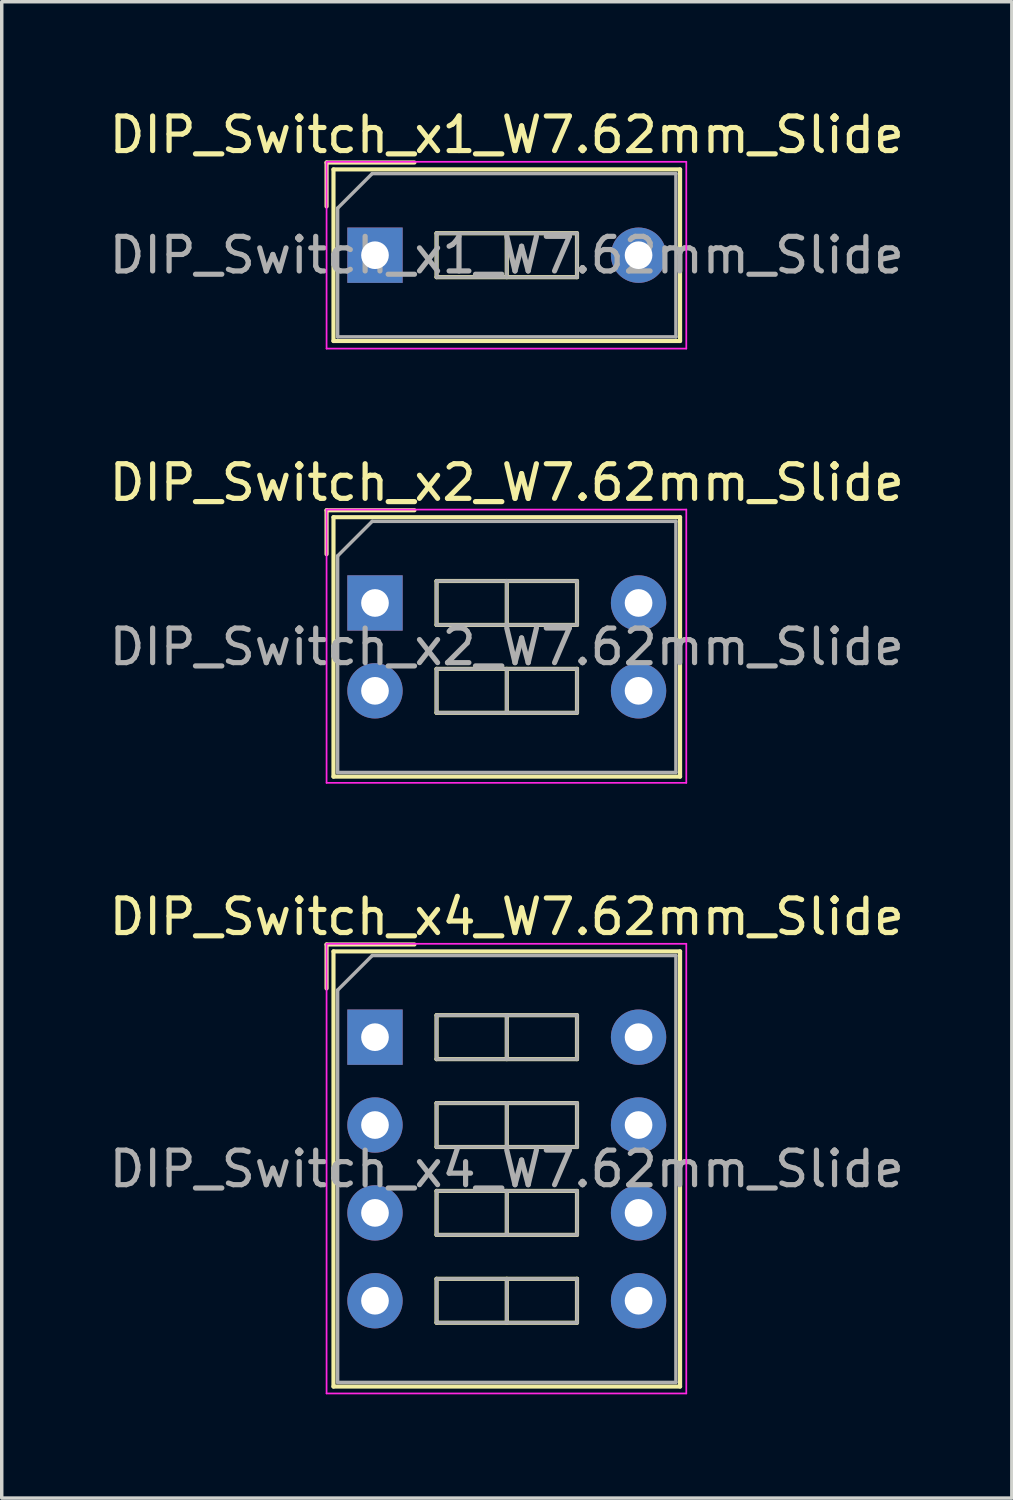
<source format=kicad_pcb>
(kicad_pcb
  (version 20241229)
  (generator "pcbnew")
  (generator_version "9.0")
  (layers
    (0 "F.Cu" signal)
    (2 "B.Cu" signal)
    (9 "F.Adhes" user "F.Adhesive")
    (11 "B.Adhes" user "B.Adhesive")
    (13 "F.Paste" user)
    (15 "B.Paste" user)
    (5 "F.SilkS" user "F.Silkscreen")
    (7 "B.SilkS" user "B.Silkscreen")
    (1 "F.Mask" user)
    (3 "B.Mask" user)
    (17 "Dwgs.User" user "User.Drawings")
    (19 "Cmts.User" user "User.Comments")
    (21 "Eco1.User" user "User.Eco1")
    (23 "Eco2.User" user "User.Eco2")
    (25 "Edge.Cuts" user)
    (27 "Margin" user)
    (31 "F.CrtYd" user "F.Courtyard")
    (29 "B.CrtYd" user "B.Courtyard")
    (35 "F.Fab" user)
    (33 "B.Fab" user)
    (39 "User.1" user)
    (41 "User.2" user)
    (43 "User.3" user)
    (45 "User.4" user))
  (footprint "DIP_Switch_x1_W7.62mm_Slide"
    (layer "F.Cu")
    (at 7.791 4.328)
    (property "Reference" "DIP_Switch_x1_W7.62mm_Slide" (at 3.81 -3.48 0) (layer "F.SilkS") (effects (font (size 1 1) (thickness 0.15))))
    (attr through_hole)
    (fp_line (start -1.4 -2.68) (end -1.4 -1.41) (stroke (width 0.12) (type solid)) (layer "F.SilkS"))
    (fp_line (start -1.4 -2.68) (end 1.14 -2.68) (stroke (width 0.12) (type solid)) (layer "F.SilkS"))
    (fp_line (start -1.2 -2.48) (end 8.82 -2.48) (stroke (width 0.12) (type solid)) (layer "F.SilkS"))
    (fp_line (start -1.2 2.48) (end -1.2 -2.48) (stroke (width 0.12) (type solid)) (layer "F.SilkS"))
    (fp_line (start 1.78 -0.635) (end 1.78 0.635) (stroke (width 0.12) (type solid)) (layer "F.SilkS"))
    (fp_line (start 1.78 0.635) (end 5.84 0.635) (stroke (width 0.12) (type solid)) (layer "F.SilkS"))
    (fp_line (start 3.81 -0.635) (end 3.81 0.635) (stroke (width 0.12) (type solid)) (layer "F.SilkS"))
    (fp_line (start 5.84 -0.635) (end 1.78 -0.635) (stroke (width 0.12) (type solid)) (layer "F.SilkS"))
    (fp_line (start 5.84 0.635) (end 5.84 -0.635) (stroke (width 0.12) (type solid)) (layer "F.SilkS"))
    (fp_line (start 8.82 -2.48) (end 8.82 2.48) (stroke (width 0.12) (type solid)) (layer "F.SilkS"))
    (fp_line (start 8.82 2.48) (end -1.2 2.48) (stroke (width 0.12) (type solid)) (layer "F.SilkS"))
    (fp_line (start -1.4 -2.7) (end -1.4 2.7) (stroke (width 0.05) (type solid)) (layer "F.CrtYd"))
    (fp_line (start -1.4 2.7) (end 9 2.7) (stroke (width 0.05) (type solid)) (layer "F.CrtYd"))
    (fp_line (start 9 -2.7) (end -1.4 -2.7) (stroke (width 0.05) (type solid)) (layer "F.CrtYd"))
    (fp_line (start 9 2.7) (end 9 -2.7) (stroke (width 0.05) (type solid)) (layer "F.CrtYd"))
    (fp_line (start -1.08 -1.36) (end -0.08 -2.36) (stroke (width 0.1) (type solid)) (layer "F.Fab"))
    (fp_line (start -1.08 2.36) (end -1.08 -1.36) (stroke (width 0.1) (type solid)) (layer "F.Fab"))
    (fp_line (start -0.08 -2.36) (end 8.7 -2.36) (stroke (width 0.1) (type solid)) (layer "F.Fab"))
    (fp_line (start 1.78 -0.635) (end 1.78 0.635) (stroke (width 0.1) (type solid)) (layer "F.Fab"))
    (fp_line (start 1.78 0.635) (end 5.84 0.635) (stroke (width 0.1) (type solid)) (layer "F.Fab"))
    (fp_line (start 3.81 -0.635) (end 3.81 0.635) (stroke (width 0.1) (type solid)) (layer "F.Fab"))
    (fp_line (start 5.84 -0.635) (end 1.78 -0.635) (stroke (width 0.1) (type solid)) (layer "F.Fab"))
    (fp_line (start 5.84 0.635) (end 5.84 -0.635) (stroke (width 0.1) (type solid)) (layer "F.Fab"))
    (fp_line (start 8.7 -2.36) (end 8.7 2.36) (stroke (width 0.1) (type solid)) (layer "F.Fab"))
    (fp_line (start 8.7 2.36) (end -1.08 2.36) (stroke (width 0.1) (type solid)) (layer "F.Fab"))
    (fp_text user "${REFERENCE}" (at 3.81 0 0) (layer "F.Fab") (effects (font (size 1 1) (thickness 0.15))))
    (pad "1" thru_hole rect (at 0 0) (size 1.6 1.6) (drill 0.8) (layers "*.Cu" "*.Mask"))
    (pad "2" thru_hole oval (at 7.62 0) (size 1.6 1.6) (drill 0.8) (layers "*.Cu" "*.Mask")))
  (footprint "DIP_Switch_x4_W7.62mm_Slide"
    (layer "F.Cu")
    (at 7.791 26.935)
    (property "Reference" "DIP_Switch_x4_W7.62mm_Slide" (at 3.81 -3.48 0) (layer "F.SilkS") (effects (font (size 1 1) (thickness 0.15))))
    (attr through_hole)
    (fp_line (start -1.4 -2.68) (end -1.4 -1.41) (stroke (width 0.12) (type solid)) (layer "F.SilkS"))
    (fp_line (start -1.4 -2.68) (end 1.14 -2.68) (stroke (width 0.12) (type solid)) (layer "F.SilkS"))
    (fp_line (start -1.2 -2.48) (end 8.82 -2.48) (stroke (width 0.12) (type solid)) (layer "F.SilkS"))
    (fp_line (start -1.2 10.1) (end -1.2 -2.48) (stroke (width 0.12) (type solid)) (layer "F.SilkS"))
    (fp_line (start 1.78 -0.635) (end 1.78 0.635) (stroke (width 0.12) (type solid)) (layer "F.SilkS"))
    (fp_line (start 1.78 0.635) (end 5.84 0.635) (stroke (width 0.12) (type solid)) (layer "F.SilkS"))
    (fp_line (start 1.78 1.905) (end 1.78 3.175) (stroke (width 0.12) (type solid)) (layer "F.SilkS"))
    (fp_line (start 1.78 3.175) (end 5.84 3.175) (stroke (width 0.12) (type solid)) (layer "F.SilkS"))
    (fp_line (start 1.78 4.445) (end 1.78 5.715) (stroke (width 0.12) (type solid)) (layer "F.SilkS"))
    (fp_line (start 1.78 5.715) (end 5.84 5.715) (stroke (width 0.12) (type solid)) (layer "F.SilkS"))
    (fp_line (start 1.78 6.985) (end 1.78 8.255) (stroke (width 0.12) (type solid)) (layer "F.SilkS"))
    (fp_line (start 1.78 8.255) (end 5.84 8.255) (stroke (width 0.12) (type solid)) (layer "F.SilkS"))
    (fp_line (start 3.81 -0.635) (end 3.81 0.635) (stroke (width 0.12) (type solid)) (layer "F.SilkS"))
    (fp_line (start 3.81 1.905) (end 3.81 3.175) (stroke (width 0.12) (type solid)) (layer "F.SilkS"))
    (fp_line (start 3.81 4.445) (end 3.81 5.715) (stroke (width 0.12) (type solid)) (layer "F.SilkS"))
    (fp_line (start 3.81 6.985) (end 3.81 8.255) (stroke (width 0.12) (type solid)) (layer "F.SilkS"))
    (fp_line (start 5.84 -0.635) (end 1.78 -0.635) (stroke (width 0.12) (type solid)) (layer "F.SilkS"))
    (fp_line (start 5.84 0.635) (end 5.84 -0.635) (stroke (width 0.12) (type solid)) (layer "F.SilkS"))
    (fp_line (start 5.84 1.905) (end 1.78 1.905) (stroke (width 0.12) (type solid)) (layer "F.SilkS"))
    (fp_line (start 5.84 3.175) (end 5.84 1.905) (stroke (width 0.12) (type solid)) (layer "F.SilkS"))
    (fp_line (start 5.84 4.445) (end 1.78 4.445) (stroke (width 0.12) (type solid)) (layer "F.SilkS"))
    (fp_line (start 5.84 5.715) (end 5.84 4.445) (stroke (width 0.12) (type solid)) (layer "F.SilkS"))
    (fp_line (start 5.84 6.985) (end 1.78 6.985) (stroke (width 0.12) (type solid)) (layer "F.SilkS"))
    (fp_line (start 5.84 8.255) (end 5.84 6.985) (stroke (width 0.12) (type solid)) (layer "F.SilkS"))
    (fp_line (start 8.82 -2.48) (end 8.82 10.1) (stroke (width 0.12) (type solid)) (layer "F.SilkS"))
    (fp_line (start 8.82 10.1) (end -1.2 10.1) (stroke (width 0.12) (type solid)) (layer "F.SilkS"))
    (fp_line (start -1.4 -2.7) (end -1.4 10.3) (stroke (width 0.05) (type solid)) (layer "F.CrtYd"))
    (fp_line (start -1.4 10.3) (end 9 10.3) (stroke (width 0.05) (type solid)) (layer "F.CrtYd"))
    (fp_line (start 9 -2.7) (end -1.4 -2.7) (stroke (width 0.05) (type solid)) (layer "F.CrtYd"))
    (fp_line (start 9 10.3) (end 9 -2.7) (stroke (width 0.05) (type solid)) (layer "F.CrtYd"))
    (fp_line (start -1.08 -1.36) (end -0.08 -2.36) (stroke (width 0.1) (type solid)) (layer "F.Fab"))
    (fp_line (start -1.08 9.98) (end -1.08 -1.36) (stroke (width 0.1) (type solid)) (layer "F.Fab"))
    (fp_line (start -0.08 -2.36) (end 8.7 -2.36) (stroke (width 0.1) (type solid)) (layer "F.Fab"))
    (fp_line (start 1.78 -0.635) (end 1.78 0.635) (stroke (width 0.1) (type solid)) (layer "F.Fab"))
    (fp_line (start 1.78 0.635) (end 5.84 0.635) (stroke (width 0.1) (type solid)) (layer "F.Fab"))
    (fp_line (start 1.78 1.905) (end 1.78 3.175) (stroke (width 0.1) (type solid)) (layer "F.Fab"))
    (fp_line (start 1.78 3.175) (end 5.84 3.175) (stroke (width 0.1) (type solid)) (layer "F.Fab"))
    (fp_line (start 1.78 4.445) (end 1.78 5.715) (stroke (width 0.1) (type solid)) (layer "F.Fab"))
    (fp_line (start 1.78 5.715) (end 5.84 5.715) (stroke (width 0.1) (type solid)) (layer "F.Fab"))
    (fp_line (start 1.78 6.985) (end 1.78 8.255) (stroke (width 0.1) (type solid)) (layer "F.Fab"))
    (fp_line (start 1.78 8.255) (end 5.84 8.255) (stroke (width 0.1) (type solid)) (layer "F.Fab"))
    (fp_line (start 3.81 -0.635) (end 3.81 0.635) (stroke (width 0.1) (type solid)) (layer "F.Fab"))
    (fp_line (start 3.81 1.905) (end 3.81 3.175) (stroke (width 0.1) (type solid)) (layer "F.Fab"))
    (fp_line (start 3.81 4.445) (end 3.81 5.715) (stroke (width 0.1) (type solid)) (layer "F.Fab"))
    (fp_line (start 3.81 6.985) (end 3.81 8.255) (stroke (width 0.1) (type solid)) (layer "F.Fab"))
    (fp_line (start 5.84 -0.635) (end 1.78 -0.635) (stroke (width 0.1) (type solid)) (layer "F.Fab"))
    (fp_line (start 5.84 0.635) (end 5.84 -0.635) (stroke (width 0.1) (type solid)) (layer "F.Fab"))
    (fp_line (start 5.84 1.905) (end 1.78 1.905) (stroke (width 0.1) (type solid)) (layer "F.Fab"))
    (fp_line (start 5.84 3.175) (end 5.84 1.905) (stroke (width 0.1) (type solid)) (layer "F.Fab"))
    (fp_line (start 5.84 4.445) (end 1.78 4.445) (stroke (width 0.1) (type solid)) (layer "F.Fab"))
    (fp_line (start 5.84 5.715) (end 5.84 4.445) (stroke (width 0.1) (type solid)) (layer "F.Fab"))
    (fp_line (start 5.84 6.985) (end 1.78 6.985) (stroke (width 0.1) (type solid)) (layer "F.Fab"))
    (fp_line (start 5.84 8.255) (end 5.84 6.985) (stroke (width 0.1) (type solid)) (layer "F.Fab"))
    (fp_line (start 8.7 -2.36) (end 8.7 9.98) (stroke (width 0.1) (type solid)) (layer "F.Fab"))
    (fp_line (start 8.7 9.98) (end -1.08 9.98) (stroke (width 0.1) (type solid)) (layer "F.Fab"))
    (fp_text user "${REFERENCE}" (at 3.81 3.81 0) (layer "F.Fab") (effects (font (size 1 1) (thickness 0.15))))
    (pad "1" thru_hole rect (at 0 0) (size 1.6 1.6) (drill 0.8) (layers "*.Cu" "*.Mask"))
    (pad "2" thru_hole oval (at 0 2.54) (size 1.6 1.6) (drill 0.8) (layers "*.Cu" "*.Mask"))
    (pad "3" thru_hole oval (at 0 5.08) (size 1.6 1.6) (drill 0.8) (layers "*.Cu" "*.Mask"))
    (pad "4" thru_hole oval (at 0 7.62) (size 1.6 1.6) (drill 0.8) (layers "*.Cu" "*.Mask"))
    (pad "5" thru_hole oval (at 7.62 7.62) (size 1.6 1.6) (drill 0.8) (layers "*.Cu" "*.Mask"))
    (pad "6" thru_hole oval (at 7.62 5.08) (size 1.6 1.6) (drill 0.8) (layers "*.Cu" "*.Mask"))
    (pad "7" thru_hole oval (at 7.62 2.54) (size 1.6 1.6) (drill 0.8) (layers "*.Cu" "*.Mask"))
    (pad "8" thru_hole oval (at 7.62 0) (size 1.6 1.6) (drill 0.8) (layers "*.Cu" "*.Mask")))
  (footprint "DIP_Switch_x2_W7.62mm_Slide"
    (layer "F.Cu")
    (at 7.791 14.382)
    (property "Reference" "DIP_Switch_x2_W7.62mm_Slide" (at 3.81 -3.48 0) (layer "F.SilkS") (effects (font (size 1 1) (thickness 0.15))))
    (attr through_hole)
    (fp_line (start -1.4 -2.68) (end -1.4 -1.41) (stroke (width 0.12) (type solid)) (layer "F.SilkS"))
    (fp_line (start -1.4 -2.68) (end 1.14 -2.68) (stroke (width 0.12) (type solid)) (layer "F.SilkS"))
    (fp_line (start -1.2 -2.48) (end 8.82 -2.48) (stroke (width 0.12) (type solid)) (layer "F.SilkS"))
    (fp_line (start -1.2 5.02) (end -1.2 -2.48) (stroke (width 0.12) (type solid)) (layer "F.SilkS"))
    (fp_line (start 1.78 -0.635) (end 1.78 0.635) (stroke (width 0.12) (type solid)) (layer "F.SilkS"))
    (fp_line (start 1.78 0.635) (end 5.84 0.635) (stroke (width 0.12) (type solid)) (layer "F.SilkS"))
    (fp_line (start 1.78 1.905) (end 1.78 3.175) (stroke (width 0.12) (type solid)) (layer "F.SilkS"))
    (fp_line (start 1.78 3.175) (end 5.84 3.175) (stroke (width 0.12) (type solid)) (layer "F.SilkS"))
    (fp_line (start 3.81 -0.635) (end 3.81 0.635) (stroke (width 0.12) (type solid)) (layer "F.SilkS"))
    (fp_line (start 3.81 1.905) (end 3.81 3.175) (stroke (width 0.12) (type solid)) (layer "F.SilkS"))
    (fp_line (start 5.84 -0.635) (end 1.78 -0.635) (stroke (width 0.12) (type solid)) (layer "F.SilkS"))
    (fp_line (start 5.84 0.635) (end 5.84 -0.635) (stroke (width 0.12) (type solid)) (layer "F.SilkS"))
    (fp_line (start 5.84 1.905) (end 1.78 1.905) (stroke (width 0.12) (type solid)) (layer "F.SilkS"))
    (fp_line (start 5.84 3.175) (end 5.84 1.905) (stroke (width 0.12) (type solid)) (layer "F.SilkS"))
    (fp_line (start 8.82 -2.48) (end 8.82 5.02) (stroke (width 0.12) (type solid)) (layer "F.SilkS"))
    (fp_line (start 8.82 5.02) (end -1.2 5.02) (stroke (width 0.12) (type solid)) (layer "F.SilkS"))
    (fp_line (start -1.4 -2.7) (end -1.4 5.2) (stroke (width 0.05) (type solid)) (layer "F.CrtYd"))
    (fp_line (start -1.4 5.2) (end 9 5.2) (stroke (width 0.05) (type solid)) (layer "F.CrtYd"))
    (fp_line (start 9 -2.7) (end -1.4 -2.7) (stroke (width 0.05) (type solid)) (layer "F.CrtYd"))
    (fp_line (start 9 5.2) (end 9 -2.7) (stroke (width 0.05) (type solid)) (layer "F.CrtYd"))
    (fp_line (start -1.08 -1.36) (end -0.08 -2.36) (stroke (width 0.1) (type solid)) (layer "F.Fab"))
    (fp_line (start -1.08 4.9) (end -1.08 -1.36) (stroke (width 0.1) (type solid)) (layer "F.Fab"))
    (fp_line (start -0.08 -2.36) (end 8.7 -2.36) (stroke (width 0.1) (type solid)) (layer "F.Fab"))
    (fp_line (start 1.78 -0.635) (end 1.78 0.635) (stroke (width 0.1) (type solid)) (layer "F.Fab"))
    (fp_line (start 1.78 0.635) (end 5.84 0.635) (stroke (width 0.1) (type solid)) (layer "F.Fab"))
    (fp_line (start 1.78 1.905) (end 1.78 3.175) (stroke (width 0.1) (type solid)) (layer "F.Fab"))
    (fp_line (start 1.78 3.175) (end 5.84 3.175) (stroke (width 0.1) (type solid)) (layer "F.Fab"))
    (fp_line (start 3.81 -0.635) (end 3.81 0.635) (stroke (width 0.1) (type solid)) (layer "F.Fab"))
    (fp_line (start 3.81 1.905) (end 3.81 3.175) (stroke (width 0.1) (type solid)) (layer "F.Fab"))
    (fp_line (start 5.84 -0.635) (end 1.78 -0.635) (stroke (width 0.1) (type solid)) (layer "F.Fab"))
    (fp_line (start 5.84 0.635) (end 5.84 -0.635) (stroke (width 0.1) (type solid)) (layer "F.Fab"))
    (fp_line (start 5.84 1.905) (end 1.78 1.905) (stroke (width 0.1) (type solid)) (layer "F.Fab"))
    (fp_line (start 5.84 3.175) (end 5.84 1.905) (stroke (width 0.1) (type solid)) (layer "F.Fab"))
    (fp_line (start 8.7 -2.36) (end 8.7 4.9) (stroke (width 0.1) (type solid)) (layer "F.Fab"))
    (fp_line (start 8.7 4.9) (end -1.08 4.9) (stroke (width 0.1) (type solid)) (layer "F.Fab"))
    (fp_text user "${REFERENCE}" (at 3.81 1.27 0) (layer "F.Fab") (effects (font (size 1 1) (thickness 0.15))))
    (pad "1" thru_hole rect (at 0 0) (size 1.6 1.6) (drill 0.8) (layers "*.Cu" "*.Mask"))
    (pad "2" thru_hole oval (at 0 2.54) (size 1.6 1.6) (drill 0.8) (layers "*.Cu" "*.Mask"))
    (pad "3" thru_hole oval (at 7.62 2.54) (size 1.6 1.6) (drill 0.8) (layers "*.Cu" "*.Mask"))
    (pad "4" thru_hole oval (at 7.62 0) (size 1.6 1.6) (drill 0.8) (layers "*.Cu" "*.Mask")))
  (gr_rect
    (start -3 -3)
    (end 26.202 40.26)
    (stroke (width 0.1) (type default))
    (fill no)
    (layer "Edge.Cuts")))
</source>
